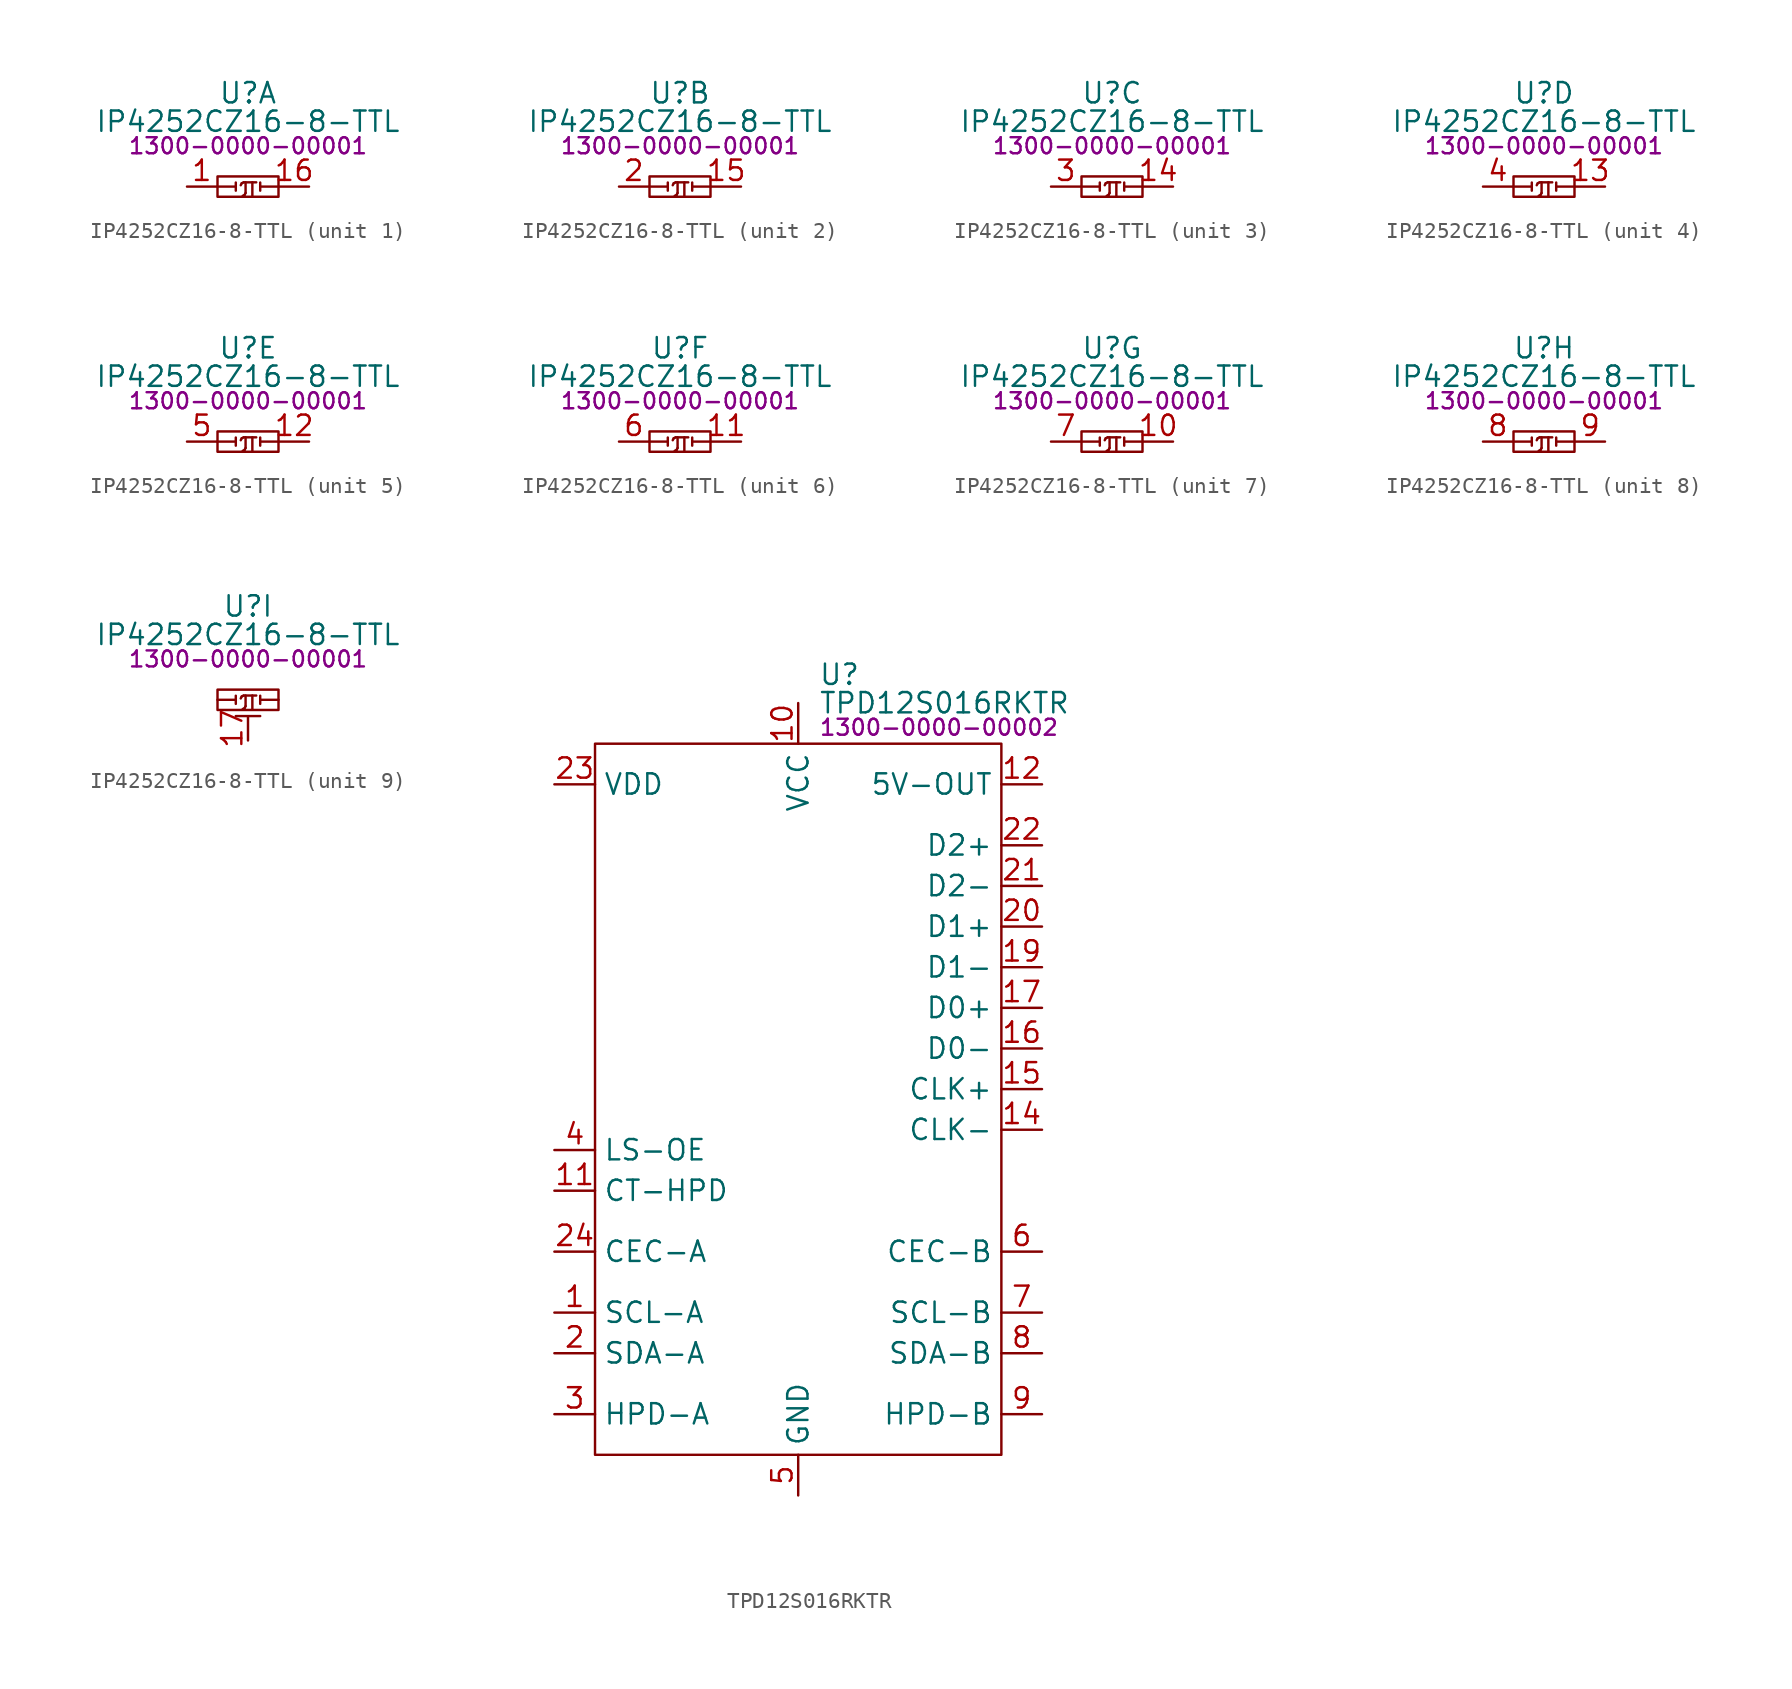
<source format=kicad_sym>
(kicad_symbol_lib
  (version 20231120)
  (generator "kicad_symbol_editor")
  (generator_version "8.0")
  (symbol "IP4252CZ16-8-TTL"
    (property "Reference" "U"
      (at 0 5.842 0)
      (effects (font (size 1.27 1.27))))
    (property "Value" "IP4252CZ16-8-TTL"
      (at 0 4.064 0)
      (effects (font (size 1.27 1.27))))
    (property "PartNumber" "1300-0000-00001"
      (at 0 2.54 0)
      (effects (font (size 1 1))))
    (property "ki_locked" ""
      (at 0 0 0)
      (effects (font (size 1.27 1.27))))
    (symbol "IP4252CZ16-8-TTL_1_0"
      (pin passive line (at -3.81 0 0) (length 1.85) (name "1A" (effects (font (size 0 0)))) (number "1" (effects (font (size 1.27 1.27)))))
      (pin passive line (at 3.81 0 180) (length 1.85) (name "1B" (effects (font (size 0 0)))) (number "16" (effects (font (size 1.27 1.27))))))
    (symbol "IP4252CZ16-8-TTL_1_1"
      (rectangle (start -1.905 0.635) (end 1.905 -0.635) (stroke (width 0) (type default)) (fill (type none)))
      (polyline (pts (xy -0.762 0) (xy -0.762 -0.254)) (stroke (width 0) (type default)) (fill (type none)))
      (polyline (pts (xy 0.762 0) (xy 0.762 -0.254)) (stroke (width 0) (type default)) (fill (type none)))
      (polyline (pts (xy -1.905 0) (xy -0.762 0) (xy -0.762 0.254)) (stroke (width 0) (type default)) (fill (type none)))
      (polyline (pts (xy 1.905 0) (xy 0.762 0) (xy 0.762 0.254)) (stroke (width 0) (type default)) (fill (type none)))
      (text "π" (at 0 0 0) (effects (font (size 1.27 1.27)))))
    (symbol "IP4252CZ16-8-TTL_2_0"
      (pin passive line (at 3.81 0 180) (length 1.85) (name "2B" (effects (font (size 0 0)))) (number "15" (effects (font (size 1.27 1.27)))))
      (pin passive line (at -3.81 0 0) (length 1.85) (name "2A" (effects (font (size 0 0)))) (number "2" (effects (font (size 1.27 1.27))))))
    (symbol "IP4252CZ16-8-TTL_2_1"
      (rectangle (start -1.905 0.635) (end 1.905 -0.635) (stroke (width 0) (type default)) (fill (type none)))
      (polyline (pts (xy -0.762 0) (xy -0.762 -0.254)) (stroke (width 0) (type default)) (fill (type none)))
      (polyline (pts (xy 0.762 0) (xy 0.762 -0.254)) (stroke (width 0) (type default)) (fill (type none)))
      (polyline (pts (xy -1.905 0) (xy -0.762 0) (xy -0.762 0.254)) (stroke (width 0) (type default)) (fill (type none)))
      (polyline (pts (xy 1.905 0) (xy 0.762 0) (xy 0.762 0.254)) (stroke (width 0) (type default)) (fill (type none)))
      (text "π" (at 0 0 0) (effects (font (size 1.27 1.27)))))
    (symbol "IP4252CZ16-8-TTL_3_0"
      (pin passive line (at 3.81 0 180) (length 1.85) (name "3B" (effects (font (size 0 0)))) (number "14" (effects (font (size 1.27 1.27)))))
      (pin passive line (at -3.81 0 0) (length 1.85) (name "3A" (effects (font (size 0 0)))) (number "3" (effects (font (size 1.27 1.27))))))
    (symbol "IP4252CZ16-8-TTL_3_1"
      (rectangle (start -1.905 0.635) (end 1.905 -0.635) (stroke (width 0) (type default)) (fill (type none)))
      (polyline (pts (xy -0.762 0) (xy -0.762 -0.254)) (stroke (width 0) (type default)) (fill (type none)))
      (polyline (pts (xy 0.762 0) (xy 0.762 -0.254)) (stroke (width 0) (type default)) (fill (type none)))
      (polyline (pts (xy -1.905 0) (xy -0.762 0) (xy -0.762 0.254)) (stroke (width 0) (type default)) (fill (type none)))
      (polyline (pts (xy 1.905 0) (xy 0.762 0) (xy 0.762 0.254)) (stroke (width 0) (type default)) (fill (type none)))
      (text "π" (at 0 0 0) (effects (font (size 1.27 1.27)))))
    (symbol "IP4252CZ16-8-TTL_4_0"
      (pin passive line (at 3.81 0 180) (length 1.85) (name "4B" (effects (font (size 0 0)))) (number "13" (effects (font (size 1.27 1.27)))))
      (pin passive line (at -3.81 0 0) (length 1.85) (name "4A" (effects (font (size 0 0)))) (number "4" (effects (font (size 1.27 1.27))))))
    (symbol "IP4252CZ16-8-TTL_4_1"
      (rectangle (start -1.905 0.635) (end 1.905 -0.635) (stroke (width 0) (type default)) (fill (type none)))
      (polyline (pts (xy -0.762 0) (xy -0.762 -0.254)) (stroke (width 0) (type default)) (fill (type none)))
      (polyline (pts (xy 0.762 0) (xy 0.762 -0.254)) (stroke (width 0) (type default)) (fill (type none)))
      (polyline (pts (xy -1.905 0) (xy -0.762 0) (xy -0.762 0.254)) (stroke (width 0) (type default)) (fill (type none)))
      (polyline (pts (xy 1.905 0) (xy 0.762 0) (xy 0.762 0.254)) (stroke (width 0) (type default)) (fill (type none)))
      (text "π" (at 0 0 0) (effects (font (size 1.27 1.27)))))
    (symbol "IP4252CZ16-8-TTL_5_0"
      (pin passive line (at 3.81 0 180) (length 1.85) (name "5B" (effects (font (size 0 0)))) (number "12" (effects (font (size 1.27 1.27)))))
      (pin passive line (at -3.81 0 0) (length 1.85) (name "5A" (effects (font (size 0 0)))) (number "5" (effects (font (size 1.27 1.27))))))
    (symbol "IP4252CZ16-8-TTL_5_1"
      (rectangle (start -1.905 0.635) (end 1.905 -0.635) (stroke (width 0) (type default)) (fill (type none)))
      (polyline (pts (xy -0.762 0) (xy -0.762 -0.254)) (stroke (width 0) (type default)) (fill (type none)))
      (polyline (pts (xy 0.762 0) (xy 0.762 -0.254)) (stroke (width 0) (type default)) (fill (type none)))
      (polyline (pts (xy -1.905 0) (xy -0.762 0) (xy -0.762 0.254)) (stroke (width 0) (type default)) (fill (type none)))
      (polyline (pts (xy 1.905 0) (xy 0.762 0) (xy 0.762 0.254)) (stroke (width 0) (type default)) (fill (type none)))
      (text "π" (at 0 0 0) (effects (font (size 1.27 1.27)))))
    (symbol "IP4252CZ16-8-TTL_6_0"
      (pin passive line (at 3.81 0 180) (length 1.85) (name "6B" (effects (font (size 0 0)))) (number "11" (effects (font (size 1.27 1.27)))))
      (pin passive line (at -3.81 0 0) (length 1.85) (name "6A" (effects (font (size 0 0)))) (number "6" (effects (font (size 1.27 1.27))))))
    (symbol "IP4252CZ16-8-TTL_6_1"
      (rectangle (start -1.905 0.635) (end 1.905 -0.635) (stroke (width 0) (type default)) (fill (type none)))
      (polyline (pts (xy -0.762 0) (xy -0.762 -0.254)) (stroke (width 0) (type default)) (fill (type none)))
      (polyline (pts (xy 0.762 0) (xy 0.762 -0.254)) (stroke (width 0) (type default)) (fill (type none)))
      (polyline (pts (xy -1.905 0) (xy -0.762 0) (xy -0.762 0.254)) (stroke (width 0) (type default)) (fill (type none)))
      (polyline (pts (xy 1.905 0) (xy 0.762 0) (xy 0.762 0.254)) (stroke (width 0) (type default)) (fill (type none)))
      (text "π" (at 0 0 0) (effects (font (size 1.27 1.27)))))
    (symbol "IP4252CZ16-8-TTL_7_0"
      (pin passive line (at 3.81 0 180) (length 1.85) (name "7B" (effects (font (size 0 0)))) (number "10" (effects (font (size 1.27 1.27)))))
      (pin passive line (at -3.81 0 0) (length 1.85) (name "7A" (effects (font (size 0 0)))) (number "7" (effects (font (size 1.27 1.27))))))
    (symbol "IP4252CZ16-8-TTL_7_1"
      (rectangle (start -1.905 0.635) (end 1.905 -0.635) (stroke (width 0) (type default)) (fill (type none)))
      (polyline (pts (xy -0.762 0) (xy -0.762 -0.254)) (stroke (width 0) (type default)) (fill (type none)))
      (polyline (pts (xy 0.762 0) (xy 0.762 -0.254)) (stroke (width 0) (type default)) (fill (type none)))
      (polyline (pts (xy -1.905 0) (xy -0.762 0) (xy -0.762 0.254)) (stroke (width 0) (type default)) (fill (type none)))
      (polyline (pts (xy 1.905 0) (xy 0.762 0) (xy 0.762 0.254)) (stroke (width 0) (type default)) (fill (type none)))
      (text "π" (at 0 0 0) (effects (font (size 1.27 1.27)))))
    (symbol "IP4252CZ16-8-TTL_8_0"
      (pin passive line (at -3.81 0 0) (length 1.85) (name "8A" (effects (font (size 0 0)))) (number "8" (effects (font (size 1.27 1.27)))))
      (pin passive line (at 3.81 0 180) (length 1.85) (name "8B" (effects (font (size 0 0)))) (number "9" (effects (font (size 1.27 1.27))))))
    (symbol "IP4252CZ16-8-TTL_8_1"
      (rectangle (start -1.905 0.635) (end 1.905 -0.635) (stroke (width 0) (type default)) (fill (type none)))
      (polyline (pts (xy -0.762 0) (xy -0.762 -0.254)) (stroke (width 0) (type default)) (fill (type none)))
      (polyline (pts (xy 0.762 0) (xy 0.762 -0.254)) (stroke (width 0) (type default)) (fill (type none)))
      (polyline (pts (xy -1.905 0) (xy -0.762 0) (xy -0.762 0.254)) (stroke (width 0) (type default)) (fill (type none)))
      (polyline (pts (xy 1.905 0) (xy 0.762 0) (xy 0.762 0.254)) (stroke (width 0) (type default)) (fill (type none)))
      (text "π" (at 0 0 0) (effects (font (size 1.27 1.27)))))
    (symbol "IP4252CZ16-8-TTL_9_0"
      (pin power_in line (at 0 -2.54 90) (length 1.5) (name "GND" (effects (font (size 0 0)))) (number "17" (effects (font (size 1.27 1.27))))))
    (symbol "IP4252CZ16-8-TTL_9_1"
      (rectangle (start -1.905 0.635) (end 1.905 -0.635) (stroke (width 0) (type default)) (fill (type none)))
      (polyline (pts (xy -0.762 -1.016) (xy 0.762 -1.016)) (stroke (width 0) (type default)) (fill (type none)))
      (polyline (pts (xy -0.762 0) (xy -0.762 -0.254)) (stroke (width 0) (type default)) (fill (type none)))
      (polyline (pts (xy 0.762 0) (xy 0.762 -0.254)) (stroke (width 0) (type default)) (fill (type none)))
      (polyline (pts (xy -1.905 0) (xy -0.762 0) (xy -0.762 0.254)) (stroke (width 0) (type default)) (fill (type none)))
      (polyline (pts (xy 1.905 0) (xy 0.762 0) (xy 0.762 0.254)) (stroke (width 0) (type default)) (fill (type none)))
      (text "π" (at 0 0 0) (effects (font (size 1.27 1.27))))))
  (symbol "TPD12S016RKTR"
    (property "Reference" "U"
      (at 13.97 4.318 0)
      (effects (font (size 1.27 1.27)) (justify left)))
    (property "Value" "TPD12S016RKTR"
      (at 13.97 2.54 0)
      (effects (font (size 1.27 1.27)) (justify left)))
    (property "PartNumber" "1300-0000-00002"
      (at 13.97 1.016 0)
      (effects (font (size 1 1)) (justify left)))
    (symbol "TPD12S016RKTR_0_0"
      (pin unspecified line (at -2.54 -35.56 0) (length 2.54) (name "SCL-A" (effects (font (size 1.27 1.27)))) (number "1" (effects (font (size 1.27 1.27)))))
      (pin unspecified line (at 12.7 2.54 270) (length 2.54) (name "VCC" (effects (font (size 1.27 1.27)))) (number "10" (effects (font (size 1.27 1.27)))))
      (pin unspecified line (at -2.54 -27.94 0) (length 2.54) (name "CT-HPD" (effects (font (size 1.27 1.27)))) (number "11" (effects (font (size 1.27 1.27)))))
      (pin unspecified line (at 27.94 -2.54 180) (length 2.54) (name "5V-OUT" (effects (font (size 1.27 1.27)))) (number "12" (effects (font (size 1.27 1.27)))))
      (pin unspecified line (at 12.7 -46.99 90) (length 2.54) hide (name "GND" (effects (font (size 1.27 1.27)))) (number "13" (effects (font (size 1.27 1.27)))))
      (pin unspecified line (at 27.94 -24.13 180) (length 2.54) (name "CLK-" (effects (font (size 1.27 1.27)))) (number "14" (effects (font (size 1.27 1.27)))))
      (pin unspecified line (at 27.94 -21.59 180) (length 2.54) (name "CLK+" (effects (font (size 1.27 1.27)))) (number "15" (effects (font (size 1.27 1.27)))))
      (pin unspecified line (at 27.94 -19.05 180) (length 2.54) (name "D0-" (effects (font (size 1.27 1.27)))) (number "16" (effects (font (size 1.27 1.27)))))
      (pin unspecified line (at 27.94 -16.51 180) (length 2.54) (name "D0+" (effects (font (size 1.27 1.27)))) (number "17" (effects (font (size 1.27 1.27)))))
      (pin unspecified line (at 12.7 -46.99 90) (length 2.54) hide (name "GND" (effects (font (size 1.27 1.27)))) (number "18" (effects (font (size 1.27 1.27)))))
      (pin unspecified line (at 27.94 -13.97 180) (length 2.54) (name "D1-" (effects (font (size 1.27 1.27)))) (number "19" (effects (font (size 1.27 1.27)))))
      (pin unspecified line (at -2.54 -38.1 0) (length 2.54) (name "SDA-A" (effects (font (size 1.27 1.27)))) (number "2" (effects (font (size 1.27 1.27)))))
      (pin unspecified line (at 27.94 -11.43 180) (length 2.54) (name "D1+" (effects (font (size 1.27 1.27)))) (number "20" (effects (font (size 1.27 1.27)))))
      (pin unspecified line (at 27.94 -8.89 180) (length 2.54) (name "D2-" (effects (font (size 1.27 1.27)))) (number "21" (effects (font (size 1.27 1.27)))))
      (pin unspecified line (at 27.94 -6.35 180) (length 2.54) (name "D2+" (effects (font (size 1.27 1.27)))) (number "22" (effects (font (size 1.27 1.27)))))
      (pin unspecified line (at -2.54 -2.54 0) (length 2.54) (name "VDD" (effects (font (size 1.27 1.27)))) (number "23" (effects (font (size 1.27 1.27)))))
      (pin unspecified line (at -2.54 -31.75 0) (length 2.54) (name "CEC-A" (effects (font (size 1.27 1.27)))) (number "24" (effects (font (size 1.27 1.27)))))
      (pin unspecified line (at -2.54 -41.91 0) (length 2.54) (name "HPD-A" (effects (font (size 1.27 1.27)))) (number "3" (effects (font (size 1.27 1.27)))))
      (pin unspecified line (at -2.54 -25.4 0) (length 2.54) (name "LS-OE" (effects (font (size 1.27 1.27)))) (number "4" (effects (font (size 1.27 1.27)))))
      (pin unspecified line (at 12.7 -46.99 90) (length 2.54) (name "GND" (effects (font (size 1.27 1.27)))) (number "5" (effects (font (size 1.27 1.27)))))
      (pin unspecified line (at 27.94 -31.75 180) (length 2.54) (name "CEC-B" (effects (font (size 1.27 1.27)))) (number "6" (effects (font (size 1.27 1.27)))))
      (pin unspecified line (at 27.94 -35.56 180) (length 2.54) (name "SCL-B" (effects (font (size 1.27 1.27)))) (number "7" (effects (font (size 1.27 1.27)))))
      (pin unspecified line (at 27.94 -38.1 180) (length 2.54) (name "SDA-B" (effects (font (size 1.27 1.27)))) (number "8" (effects (font (size 1.27 1.27)))))
      (pin unspecified line (at 27.94 -41.91 180) (length 2.54) (name "HPD-B" (effects (font (size 1.27 1.27)))) (number "9" (effects (font (size 1.27 1.27))))))
    (symbol "TPD12S016RKTR_0_1"
      (rectangle (start 0 0) (end 25.4 -44.45) (stroke (width 0) (type default)) (fill (type none))))))
</source>
